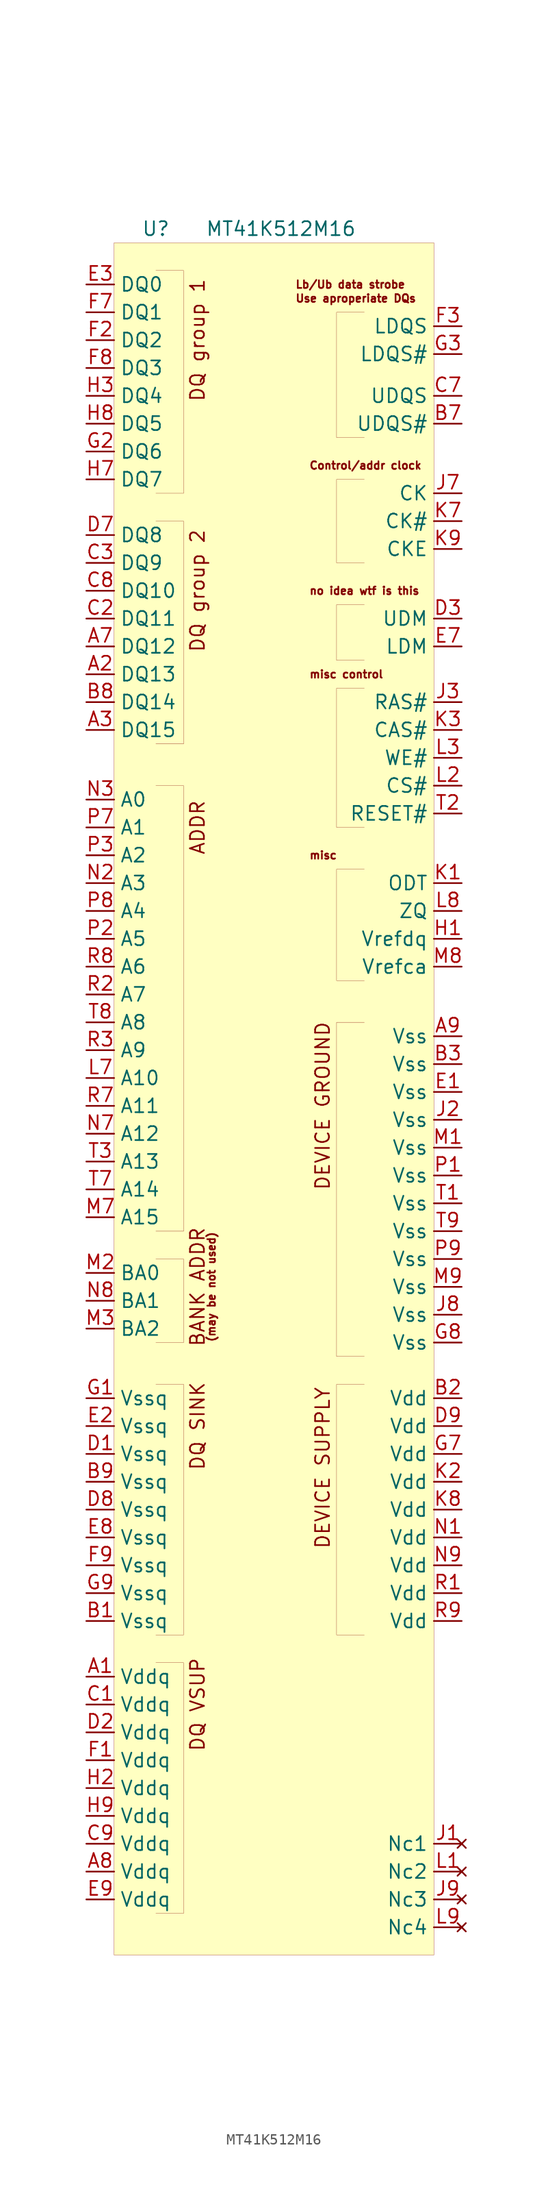
<source format=kicad_sym>
(kicad_symbol_lib
  (version 20201005)
  (generator kicad_symbol_editor)
  (symbol "MT41K512M16:MT41K512M16"
    (property "Reference" "U"
      (at 3.81 -1.27 0)
      (effects (font (size 1.27 1.27))))
    (property "Value" "MT41K512M16"
      (at 15.24 -1.27 0)
      (effects (font (size 1.27 1.27))))
    (symbol "MT41K512M16_0_0"
      (text "DQ group 1" (at 7.62 -11.43 900) (effects (font (size 1.27 1.27))))
      (text "DQ group 2" (at 7.62 -34.29 900) (effects (font (size 1.27 1.27))))
      (text "ADDR" (at 7.62 -55.88 900) (effects (font (size 1.27 1.27))))
      (text "BANK ADDR" (at 7.62 -97.79 900) (effects (font (size 1.27 1.27))))
      (text "(may be not used)" (at 8.89 -97.79 900) (effects (font (size 0.7 0.7))))
      (text "Lb/Ub data strobe" (at 16.51 -6.35 0) (effects (font (size 0.7 0.7)) (justify left)))
      (text "Use aproperiate DQs" (at 16.51 -7.62 0) (effects (font (size 0.7 0.7)) (justify left)))
      (text "Control/addr clock" (at 17.78 -22.86 0) (effects (font (size 0.7 0.7)) (justify left)))
      (text "no idea wtf is this" (at 17.78 -34.29 0) (effects (font (size 0.7 0.7)) (justify left)))
      (text "misc control" (at 17.78 -41.91 0) (effects (font (size 0.7 0.7)) (justify left)))
      (text "misc" (at 17.78 -58.42 0) (effects (font (size 0.7 0.7)) (justify left)))
      (text "DEVICE GROUND" (at 19.05 -81.28 900) (effects (font (size 1.27 1.27))))
      (text "DQ SINK" (at 7.62 -110.49 900) (effects (font (size 1.27 1.27))))
      (text "DQ VSUP" (at 7.62 -135.89 900) (effects (font (size 1.27 1.27))))
      (text "DEVICE SUPPLY" (at 19.05 -114.3 900) (effects (font (size 1.27 1.27))))
      (rectangle (start 0 -2.54) (end 29.21 -158.75) (stroke (width 0.001)) (fill (type background)))
      (polyline (pts (xy 22.86 -73.66) (xy 20.32 -73.66) (xy 20.32 -104.14) (xy 22.86 -104.14)) (stroke (width 0.001)) (fill (type none)))
      (polyline (pts (xy 22.86 -106.68) (xy 20.32 -106.68) (xy 20.32 -129.54) (xy 22.86 -129.54)) (stroke (width 0.001)) (fill (type none))))
    (symbol "MT41K512M16_0_1"
      (polyline (pts (xy 3.81 -5.08) (xy 6.35 -5.08) (xy 6.35 -25.4) (xy 3.81 -25.4)) (stroke (width 0.001)) (fill (type none)))
      (polyline (pts (xy 3.81 -27.94) (xy 6.35 -27.94) (xy 6.35 -48.26) (xy 3.81 -48.26)) (stroke (width 0.001)) (fill (type none)))
      (polyline (pts (xy 3.81 -52.07) (xy 6.35 -52.07) (xy 6.35 -92.71) (xy 3.81 -92.71)) (stroke (width 0.001)) (fill (type none)))
      (polyline (pts (xy 3.81 -95.25) (xy 6.35 -95.25) (xy 6.35 -102.87) (xy 3.81 -102.87)) (stroke (width 0.001)) (fill (type none)))
      (polyline (pts (xy 22.86 -8.89) (xy 20.32 -8.89) (xy 20.32 -20.32) (xy 22.86 -20.32)) (stroke (width 0.001)) (fill (type none)))
      (polyline (pts (xy 22.86 -24.13) (xy 20.32 -24.13) (xy 20.32 -31.75) (xy 22.86 -31.75)) (stroke (width 0.001)) (fill (type none)))
      (polyline (pts (xy 22.86 -35.56) (xy 20.32 -35.56) (xy 20.32 -40.64) (xy 22.86 -40.64)) (stroke (width 0.001)) (fill (type none)))
      (polyline (pts (xy 22.86 -43.18) (xy 20.32 -43.18) (xy 20.32 -55.88) (xy 22.86 -55.88)) (stroke (width 0.001)) (fill (type none)))
      (polyline (pts (xy 22.86 -59.69) (xy 20.32 -59.69) (xy 20.32 -69.85) (xy 22.86 -69.85)) (stroke (width 0.001)) (fill (type none)))
      (polyline (pts (xy 3.81 -106.68) (xy 6.35 -106.68) (xy 6.35 -129.54) (xy 3.81 -129.54)) (stroke (width 0.001)) (fill (type none)))
      (polyline (pts (xy 3.81 -132.08) (xy 6.35 -132.08) (xy 6.35 -154.94) (xy 3.81 -154.94)) (stroke (width 0.001)) (fill (type none))))
    (symbol "MT41K512M16_1_1"
      (pin input line (at -2.54 -6.35 0) (length 2.54) (name "DQ0" (effects (font (size 1.27 1.27)))) (number "E3" (effects (font (size 1.27 1.27)))))
      (pin input line (at -2.54 -8.89 0) (length 2.54) (name "DQ1" (effects (font (size 1.27 1.27)))) (number "F7" (effects (font (size 1.27 1.27)))))
      (pin input line (at -2.54 -11.43 0) (length 2.54) (name "DQ2" (effects (font (size 1.27 1.27)))) (number "F2" (effects (font (size 1.27 1.27)))))
      (pin input line (at -2.54 -13.97 0) (length 2.54) (name "DQ3" (effects (font (size 1.27 1.27)))) (number "F8" (effects (font (size 1.27 1.27)))))
      (pin input line (at -2.54 -16.51 0) (length 2.54) (name "DQ4" (effects (font (size 1.27 1.27)))) (number "H3" (effects (font (size 1.27 1.27)))))
      (pin input line (at -2.54 -19.05 0) (length 2.54) (name "DQ5" (effects (font (size 1.27 1.27)))) (number "H8" (effects (font (size 1.27 1.27)))))
      (pin input line (at -2.54 -21.59 0) (length 2.54) (name "DQ6" (effects (font (size 1.27 1.27)))) (number "G2" (effects (font (size 1.27 1.27)))))
      (pin input line (at -2.54 -24.13 0) (length 2.54) (name "DQ7" (effects (font (size 1.27 1.27)))) (number "H7" (effects (font (size 1.27 1.27)))))
      (pin input line (at -2.54 -29.21 0) (length 2.54) (name "DQ8" (effects (font (size 1.27 1.27)))) (number "D7" (effects (font (size 1.27 1.27)))))
      (pin input line (at -2.54 -31.75 0) (length 2.54) (name "DQ9" (effects (font (size 1.27 1.27)))) (number "C3" (effects (font (size 1.27 1.27)))))
      (pin input line (at -2.54 -34.29 0) (length 2.54) (name "DQ10" (effects (font (size 1.27 1.27)))) (number "C8" (effects (font (size 1.27 1.27)))))
      (pin input line (at -2.54 -36.83 0) (length 2.54) (name "DQ11" (effects (font (size 1.27 1.27)))) (number "C2" (effects (font (size 1.27 1.27)))))
      (pin input line (at -2.54 -39.37 0) (length 2.54) (name "DQ12" (effects (font (size 1.27 1.27)))) (number "A7" (effects (font (size 1.27 1.27)))))
      (pin input line (at -2.54 -41.91 0) (length 2.54) (name "DQ13" (effects (font (size 1.27 1.27)))) (number "A2" (effects (font (size 1.27 1.27)))))
      (pin input line (at -2.54 -44.45 0) (length 2.54) (name "DQ14" (effects (font (size 1.27 1.27)))) (number "B8" (effects (font (size 1.27 1.27)))))
      (pin input line (at -2.54 -46.99 0) (length 2.54) (name "DQ15" (effects (font (size 1.27 1.27)))) (number "A3" (effects (font (size 1.27 1.27)))))
      (pin input line (at -2.54 -53.34 0) (length 2.54) (name "A0" (effects (font (size 1.27 1.27)))) (number "N3" (effects (font (size 1.27 1.27)))))
      (pin input line (at -2.54 -55.88 0) (length 2.54) (name "A1" (effects (font (size 1.27 1.27)))) (number "P7" (effects (font (size 1.27 1.27)))))
      (pin input line (at -2.54 -58.42 0) (length 2.54) (name "A2" (effects (font (size 1.27 1.27)))) (number "P3" (effects (font (size 1.27 1.27)))))
      (pin input line (at -2.54 -60.96 0) (length 2.54) (name "A3" (effects (font (size 1.27 1.27)))) (number "N2" (effects (font (size 1.27 1.27)))))
      (pin input line (at -2.54 -63.5 0) (length 2.54) (name "A4" (effects (font (size 1.27 1.27)))) (number "P8" (effects (font (size 1.27 1.27)))))
      (pin input line (at -2.54 -66.04 0) (length 2.54) (name "A5" (effects (font (size 1.27 1.27)))) (number "P2" (effects (font (size 1.27 1.27)))))
      (pin input line (at -2.54 -68.58 0) (length 2.54) (name "A6" (effects (font (size 1.27 1.27)))) (number "R8" (effects (font (size 1.27 1.27)))))
      (pin input line (at -2.54 -71.12 0) (length 2.54) (name "A7" (effects (font (size 1.27 1.27)))) (number "R2" (effects (font (size 1.27 1.27)))))
      (pin input line (at -2.54 -73.66 0) (length 2.54) (name "A8" (effects (font (size 1.27 1.27)))) (number "T8" (effects (font (size 1.27 1.27)))))
      (pin input line (at -2.54 -76.2 0) (length 2.54) (name "A9" (effects (font (size 1.27 1.27)))) (number "R3" (effects (font (size 1.27 1.27)))))
      (pin input line (at -2.54 -78.74 0) (length 2.54) (name "A10" (effects (font (size 1.27 1.27)))) (number "L7" (effects (font (size 1.27 1.27)))))
      (pin input line (at -2.54 -81.28 0) (length 2.54) (name "A11" (effects (font (size 1.27 1.27)))) (number "R7" (effects (font (size 1.27 1.27)))))
      (pin input line (at -2.54 -83.82 0) (length 2.54) (name "A12" (effects (font (size 1.27 1.27)))) (number "N7" (effects (font (size 1.27 1.27)))))
      (pin input line (at -2.54 -86.36 0) (length 2.54) (name "A13" (effects (font (size 1.27 1.27)))) (number "T3" (effects (font (size 1.27 1.27)))))
      (pin input line (at -2.54 -88.9 0) (length 2.54) (name "A14" (effects (font (size 1.27 1.27)))) (number "T7" (effects (font (size 1.27 1.27)))))
      (pin input line (at -2.54 -91.44 0) (length 2.54) (name "A15" (effects (font (size 1.27 1.27)))) (number "M7" (effects (font (size 1.27 1.27)))))
      (pin input line (at -2.54 -96.52 0) (length 2.54) (name "BA0" (effects (font (size 1.27 1.27)))) (number "M2" (effects (font (size 1.27 1.27)))))
      (pin input line (at -2.54 -99.06 0) (length 2.54) (name "BA1" (effects (font (size 1.27 1.27)))) (number "N8" (effects (font (size 1.27 1.27)))))
      (pin input line (at -2.54 -101.6 0) (length 2.54) (name "BA2" (effects (font (size 1.27 1.27)))) (number "M3" (effects (font (size 1.27 1.27)))))
      (pin input line (at 31.75 -12.7 180) (length 2.54) (name "LDQS#" (effects (font (size 1.27 1.27)))) (number "G3" (effects (font (size 1.27 1.27)))))
      (pin input line (at 31.75 -10.16 180) (length 2.54) (name "LDQS" (effects (font (size 1.27 1.27)))) (number "F3" (effects (font (size 1.27 1.27)))))
      (pin input line (at 31.75 -19.05 180) (length 2.54) (name "UDQS#" (effects (font (size 1.27 1.27)))) (number "B7" (effects (font (size 1.27 1.27)))))
      (pin input line (at 31.75 -16.51 180) (length 2.54) (name "UDQS" (effects (font (size 1.27 1.27)))) (number "C7" (effects (font (size 1.27 1.27)))))
      (pin input line (at 31.75 -27.94 180) (length 2.54) (name "CK#" (effects (font (size 1.27 1.27)))) (number "K7" (effects (font (size 1.27 1.27)))))
      (pin input line (at 31.75 -25.4 180) (length 2.54) (name "CK" (effects (font (size 1.27 1.27)))) (number "J7" (effects (font (size 1.27 1.27)))))
      (pin input line (at 31.75 -30.48 180) (length 2.54) (name "CKE" (effects (font (size 1.27 1.27)))) (number "K9" (effects (font (size 1.27 1.27)))))
      (pin input line (at 31.75 -39.37 180) (length 2.54) (name "LDM" (effects (font (size 1.27 1.27)))) (number "E7" (effects (font (size 1.27 1.27)))))
      (pin input line (at 31.75 -36.83 180) (length 2.54) (name "UDM" (effects (font (size 1.27 1.27)))) (number "D3" (effects (font (size 1.27 1.27)))))
      (pin input line (at 31.75 -46.99 180) (length 2.54) (name "CAS#" (effects (font (size 1.27 1.27)))) (number "K3" (effects (font (size 1.27 1.27)))))
      (pin input line (at 31.75 -44.45 180) (length 2.54) (name "RAS#" (effects (font (size 1.27 1.27)))) (number "J3" (effects (font (size 1.27 1.27)))))
      (pin input line (at 31.75 -49.53 180) (length 2.54) (name "WE#" (effects (font (size 1.27 1.27)))) (number "L3" (effects (font (size 1.27 1.27)))))
      (pin input line (at 31.75 -52.07 180) (length 2.54) (name "CS#" (effects (font (size 1.27 1.27)))) (number "L2" (effects (font (size 1.27 1.27)))))
      (pin input line (at 31.75 -63.5 180) (length 2.54) (name "ZQ" (effects (font (size 1.27 1.27)))) (number "L8" (effects (font (size 1.27 1.27)))))
      (pin input line (at 31.75 -60.96 180) (length 2.54) (name "ODT" (effects (font (size 1.27 1.27)))) (number "K1" (effects (font (size 1.27 1.27)))))
      (pin input line (at 31.75 -54.61 180) (length 2.54) (name "RESET#" (effects (font (size 1.27 1.27)))) (number "T2" (effects (font (size 1.27 1.27)))))
      (pin input line (at 31.75 -74.93 180) (length 2.54) (name "Vss" (effects (font (size 1.27 1.27)))) (number "A9" (effects (font (size 1.27 1.27)))))
      (pin input line (at 31.75 -77.47 180) (length 2.54) (name "Vss" (effects (font (size 1.27 1.27)))) (number "B3" (effects (font (size 1.27 1.27)))))
      (pin input line (at -2.54 -128.27 0) (length 2.54) (name "Vssq" (effects (font (size 1.27 1.27)))) (number "B1" (effects (font (size 1.27 1.27)))))
      (pin input line (at 31.75 -80.01 180) (length 2.54) (name "Vss" (effects (font (size 1.27 1.27)))) (number "E1" (effects (font (size 1.27 1.27)))))
      (pin input line (at 31.75 -82.55 180) (length 2.54) (name "Vss" (effects (font (size 1.27 1.27)))) (number "J2" (effects (font (size 1.27 1.27)))))
      (pin input line (at 31.75 -85.09 180) (length 2.54) (name "Vss" (effects (font (size 1.27 1.27)))) (number "M1" (effects (font (size 1.27 1.27)))))
      (pin input line (at 31.75 -87.63 180) (length 2.54) (name "Vss" (effects (font (size 1.27 1.27)))) (number "P1" (effects (font (size 1.27 1.27)))))
      (pin input line (at 31.75 -90.17 180) (length 2.54) (name "Vss" (effects (font (size 1.27 1.27)))) (number "T1" (effects (font (size 1.27 1.27)))))
      (pin input line (at 31.75 -92.71 180) (length 2.54) (name "Vss" (effects (font (size 1.27 1.27)))) (number "T9" (effects (font (size 1.27 1.27)))))
      (pin input line (at 31.75 -95.25 180) (length 2.54) (name "Vss" (effects (font (size 1.27 1.27)))) (number "P9" (effects (font (size 1.27 1.27)))))
      (pin input line (at 31.75 -97.79 180) (length 2.54) (name "Vss" (effects (font (size 1.27 1.27)))) (number "M9" (effects (font (size 1.27 1.27)))))
      (pin input line (at 31.75 -100.33 180) (length 2.54) (name "Vss" (effects (font (size 1.27 1.27)))) (number "J8" (effects (font (size 1.27 1.27)))))
      (pin input line (at 31.75 -102.87 180) (length 2.54) (name "Vss" (effects (font (size 1.27 1.27)))) (number "G8" (effects (font (size 1.27 1.27)))))
      (pin input line (at -2.54 -113.03 0) (length 2.54) (name "Vssq" (effects (font (size 1.27 1.27)))) (number "D1" (effects (font (size 1.27 1.27)))))
      (pin input line (at -2.54 -110.49 0) (length 2.54) (name "Vssq" (effects (font (size 1.27 1.27)))) (number "E2" (effects (font (size 1.27 1.27)))))
      (pin input line (at -2.54 -107.95 0) (length 2.54) (name "Vssq" (effects (font (size 1.27 1.27)))) (number "G1" (effects (font (size 1.27 1.27)))))
      (pin input line (at -2.54 -115.57 0) (length 2.54) (name "Vssq" (effects (font (size 1.27 1.27)))) (number "B9" (effects (font (size 1.27 1.27)))))
      (pin input line (at -2.54 -118.11 0) (length 2.54) (name "Vssq" (effects (font (size 1.27 1.27)))) (number "D8" (effects (font (size 1.27 1.27)))))
      (pin input line (at -2.54 -120.65 0) (length 2.54) (name "Vssq" (effects (font (size 1.27 1.27)))) (number "E8" (effects (font (size 1.27 1.27)))))
      (pin input line (at -2.54 -123.19 0) (length 2.54) (name "Vssq" (effects (font (size 1.27 1.27)))) (number "F9" (effects (font (size 1.27 1.27)))))
      (pin input line (at -2.54 -125.73 0) (length 2.54) (name "Vssq" (effects (font (size 1.27 1.27)))) (number "G9" (effects (font (size 1.27 1.27)))))
      (pin input line (at -2.54 -133.35 0) (length 2.54) (name "Vddq" (effects (font (size 1.27 1.27)))) (number "A1" (effects (font (size 1.27 1.27)))))
      (pin input line (at -2.54 -135.89 0) (length 2.54) (name "Vddq" (effects (font (size 1.27 1.27)))) (number "C1" (effects (font (size 1.27 1.27)))))
      (pin input line (at -2.54 -138.43 0) (length 2.54) (name "Vddq" (effects (font (size 1.27 1.27)))) (number "D2" (effects (font (size 1.27 1.27)))))
      (pin input line (at -2.54 -140.97 0) (length 2.54) (name "Vddq" (effects (font (size 1.27 1.27)))) (number "F1" (effects (font (size 1.27 1.27)))))
      (pin input line (at -2.54 -143.51 0) (length 2.54) (name "Vddq" (effects (font (size 1.27 1.27)))) (number "H2" (effects (font (size 1.27 1.27)))))
      (pin input line (at -2.54 -146.05 0) (length 2.54) (name "Vddq" (effects (font (size 1.27 1.27)))) (number "H9" (effects (font (size 1.27 1.27)))))
      (pin input line (at -2.54 -148.59 0) (length 2.54) (name "Vddq" (effects (font (size 1.27 1.27)))) (number "C9" (effects (font (size 1.27 1.27)))))
      (pin input line (at -2.54 -151.13 0) (length 2.54) (name "Vddq" (effects (font (size 1.27 1.27)))) (number "A8" (effects (font (size 1.27 1.27)))))
      (pin input line (at -2.54 -153.67 0) (length 2.54) (name "Vddq" (effects (font (size 1.27 1.27)))) (number "E9" (effects (font (size 1.27 1.27)))))
      (pin input line (at 31.75 -66.04 180) (length 2.54) (name "Vrefdq" (effects (font (size 1.27 1.27)))) (number "H1" (effects (font (size 1.27 1.27)))))
      (pin input line (at 31.75 -68.58 180) (length 2.54) (name "Vrefca" (effects (font (size 1.27 1.27)))) (number "M8" (effects (font (size 1.27 1.27)))))
      (pin input line (at 31.75 -107.95 180) (length 2.54) (name "Vdd" (effects (font (size 1.27 1.27)))) (number "B2" (effects (font (size 1.27 1.27)))))
      (pin input line (at 31.75 -110.49 180) (length 2.54) (name "Vdd" (effects (font (size 1.27 1.27)))) (number "D9" (effects (font (size 1.27 1.27)))))
      (pin input line (at 31.75 -113.03 180) (length 2.54) (name "Vdd" (effects (font (size 1.27 1.27)))) (number "G7" (effects (font (size 1.27 1.27)))))
      (pin input line (at 31.75 -115.57 180) (length 2.54) (name "Vdd" (effects (font (size 1.27 1.27)))) (number "K2" (effects (font (size 1.27 1.27)))))
      (pin input line (at 31.75 -118.11 180) (length 2.54) (name "Vdd" (effects (font (size 1.27 1.27)))) (number "K8" (effects (font (size 1.27 1.27)))))
      (pin input line (at 31.75 -120.65 180) (length 2.54) (name "Vdd" (effects (font (size 1.27 1.27)))) (number "N1" (effects (font (size 1.27 1.27)))))
      (pin input line (at 31.75 -123.19 180) (length 2.54) (name "Vdd" (effects (font (size 1.27 1.27)))) (number "N9" (effects (font (size 1.27 1.27)))))
      (pin input line (at 31.75 -125.73 180) (length 2.54) (name "Vdd" (effects (font (size 1.27 1.27)))) (number "R1" (effects (font (size 1.27 1.27)))))
      (pin input line (at 31.75 -128.27 180) (length 2.54) (name "Vdd" (effects (font (size 1.27 1.27)))) (number "R9" (effects (font (size 1.27 1.27)))))
      (pin unconnected line (at 31.75 -148.59 180) (length 2.54) (name "Nc1" (effects (font (size 1.27 1.27)))) (number "J1" (effects (font (size 1.27 1.27)))))
      (pin unconnected line (at 31.75 -151.13 180) (length 2.54) (name "Nc2" (effects (font (size 1.27 1.27)))) (number "L1" (effects (font (size 1.27 1.27)))))
      (pin unconnected line (at 31.75 -153.67 180) (length 2.54) (name "Nc3" (effects (font (size 1.27 1.27)))) (number "J9" (effects (font (size 1.27 1.27)))))
      (pin unconnected line (at 31.75 -156.21 180) (length 2.54) (name "Nc4" (effects (font (size 1.27 1.27)))) (number "L9" (effects (font (size 1.27 1.27))))))))
</source>
